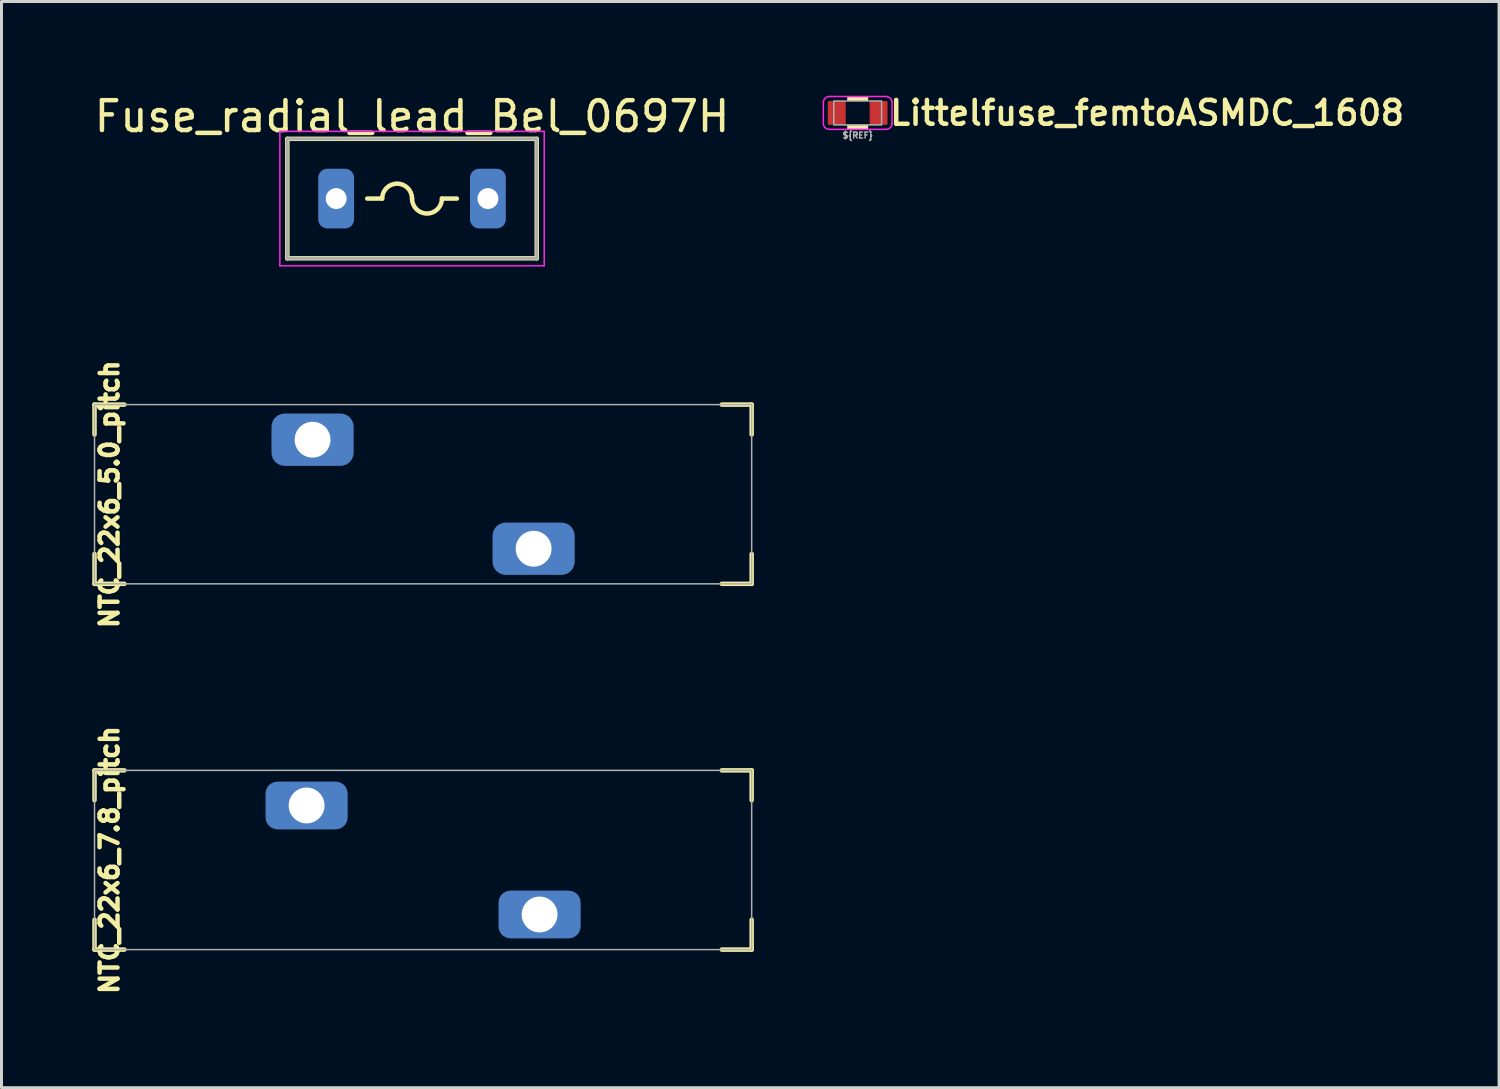
<source format=kicad_pcb>
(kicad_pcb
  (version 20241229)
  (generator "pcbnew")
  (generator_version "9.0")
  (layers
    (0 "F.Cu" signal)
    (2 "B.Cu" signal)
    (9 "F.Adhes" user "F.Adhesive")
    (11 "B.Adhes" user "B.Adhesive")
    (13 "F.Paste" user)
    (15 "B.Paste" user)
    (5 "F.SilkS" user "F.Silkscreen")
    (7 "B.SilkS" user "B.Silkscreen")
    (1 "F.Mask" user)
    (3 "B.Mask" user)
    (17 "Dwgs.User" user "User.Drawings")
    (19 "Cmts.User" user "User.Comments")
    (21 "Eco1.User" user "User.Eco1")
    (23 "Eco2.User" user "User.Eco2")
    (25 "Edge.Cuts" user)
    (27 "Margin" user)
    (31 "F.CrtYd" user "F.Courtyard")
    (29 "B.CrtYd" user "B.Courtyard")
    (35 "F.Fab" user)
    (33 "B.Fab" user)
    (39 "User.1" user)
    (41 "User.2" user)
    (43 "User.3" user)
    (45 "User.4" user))
  (footprint "NTC_22x6_5.0_pitch"
    (layer "F.Cu")
    (at 11.114 13.495)
    (property "Reference" "NTC_22x6_5.0_pitch" (at -10.5 0 90) (layer "F.SilkS") (effects (font (size 0.6 0.6) (thickness 0.15))))
    (attr through_hole)
    (fp_line (start -11 -3) (end -11 -2) (stroke (width 0.15) (type solid)) (layer "F.SilkS"))
    (fp_line (start -11 -3) (end -10 -3) (stroke (width 0.15) (type solid)) (layer "F.SilkS"))
    (fp_line (start -11 3) (end -11 2) (stroke (width 0.15) (type solid)) (layer "F.SilkS"))
    (fp_line (start -11 3) (end -10 3) (stroke (width 0.15) (type solid)) (layer "F.SilkS"))
    (fp_line (start 10 -3) (end 11 -3) (stroke (width 0.15) (type solid)) (layer "F.SilkS"))
    (fp_line (start 11 -3) (end 11 -2) (stroke (width 0.15) (type solid)) (layer "F.SilkS"))
    (fp_line (start 11 2) (end 11 3) (stroke (width 0.15) (type solid)) (layer "F.SilkS"))
    (fp_line (start 11 3) (end 10 3) (stroke (width 0.15) (type solid)) (layer "F.SilkS"))
    (fp_line (start -11 -3) (end 11 -3) (stroke (width 0.05) (type solid)) (layer "F.Fab"))
    (fp_line (start -11 3) (end -11 -3) (stroke (width 0.05) (type solid)) (layer "F.Fab"))
    (fp_line (start 11 -3) (end 11 3) (stroke (width 0.05) (type solid)) (layer "F.Fab"))
    (fp_line (start 11 3) (end -11 3) (stroke (width 0.05) (type solid)) (layer "F.Fab"))
    (pad "1" thru_hole circle (at -3.7 -1.825) (size 1.5 1.5) (drill 1.2) (layers "*.Cu" "*.Mask"))
    (pad "1" connect roundrect (at -3.7 -1.825) (size 2.75 1.75) (layers "B.Cu" "B.Mask") (roundrect_rratio 0.25))
    (pad "2" thru_hole circle (at 3.7 1.825) (size 1.5 1.5) (drill 1.2) (layers "*.Cu" "*.Mask"))
    (pad "3" connect roundrect (at 3.7 1.825) (size 2.75 1.75) (layers "B.Cu" "B.Mask") (roundrect_rratio 0.25)))
  (footprint "NTC_22x6_7.8_pitch"
    (layer "F.Cu")
    (at 11.114 25.74)
    (property "Reference" "NTC_22x6_7.8_pitch" (at -10.5 0 90) (layer "F.SilkS") (effects (font (size 0.6 0.6) (thickness 0.15))))
    (attr through_hole)
    (fp_line (start -11 -3) (end -11 -2) (stroke (width 0.15) (type solid)) (layer "F.SilkS"))
    (fp_line (start -11 -3) (end -10 -3) (stroke (width 0.15) (type solid)) (layer "F.SilkS"))
    (fp_line (start -11 3) (end -11 2) (stroke (width 0.15) (type solid)) (layer "F.SilkS"))
    (fp_line (start -11 3) (end -10 3) (stroke (width 0.15) (type solid)) (layer "F.SilkS"))
    (fp_line (start 10 -3) (end 11 -3) (stroke (width 0.15) (type solid)) (layer "F.SilkS"))
    (fp_line (start 11 -3) (end 11 -2) (stroke (width 0.15) (type solid)) (layer "F.SilkS"))
    (fp_line (start 11 2) (end 11 3) (stroke (width 0.15) (type solid)) (layer "F.SilkS"))
    (fp_line (start 11 3) (end 10 3) (stroke (width 0.15) (type solid)) (layer "F.SilkS"))
    (fp_line (start -11 -3) (end 11 -3) (stroke (width 0.05) (type solid)) (layer "F.Fab"))
    (fp_line (start -11 3) (end -11 -3) (stroke (width 0.05) (type solid)) (layer "F.Fab"))
    (fp_line (start 11 -3) (end 11 3) (stroke (width 0.05) (type solid)) (layer "F.Fab"))
    (fp_line (start 11 3) (end -11 3) (stroke (width 0.05) (type solid)) (layer "F.Fab"))
    (pad "1" thru_hole circle (at -3.9 -1.825) (size 1.5 1.5) (drill 1.2) (layers "*.Cu" "*.Mask"))
    (pad "1" connect roundrect (at -3.9 -1.825) (size 2.75 1.6) (layers "B.Cu" "B.Mask") (roundrect_rratio 0.25))
    (pad "2" thru_hole circle (at 3.9 1.825) (size 1.5 1.5) (drill 1.2) (layers "*.Cu" "*.Mask"))
    (pad "2" connect roundrect (at 3.9 1.825) (size 2.75 1.6) (layers "B.Cu" "B.Mask") (roundrect_rratio 0.25)))
  (footprint "Fuse_radial_lead_Bel_0697H"
    (layer "F.Cu")
    (at 10.744 3.598)
    (property "Reference" "Fuse_radial_lead_Bel_0697H" (at 0 -2.75 0) (layer "F.SilkS") (effects (font (size 1 1) (thickness 0.15))))
    (attr through_hole)
    (fp_line (start -4.175 -2) (end -4.175 2) (stroke (width 0.15) (type solid)) (layer "F.SilkS"))
    (fp_line (start -4.175 2) (end 4.175 2) (stroke (width 0.15) (type solid)) (layer "F.SilkS"))
    (fp_line (start -1 0) (end -1.5 0) (stroke (width 0.15) (type solid)) (layer "F.SilkS"))
    (fp_line (start 1 0) (end 1.5 0) (stroke (width 0.15) (type solid)) (layer "F.SilkS"))
    (fp_line (start 4.175 -2) (end -4.175 -2) (stroke (width 0.15) (type solid)) (layer "F.SilkS"))
    (fp_line (start 4.175 2) (end 4.175 -2) (stroke (width 0.15) (type solid)) (layer "F.SilkS"))
    (fp_arc (start -1 0) (mid -0.5 -0.5) (end 0 0) (stroke (width 0.15) (type solid)) (layer "F.SilkS"))
    (fp_arc (start 1 0) (mid 0.5 0.5) (end 0 0) (stroke (width 0.15) (type solid)) (layer "F.SilkS"))
    (fp_line (start -4.425 -2.25) (end -4.425 2.25) (stroke (width 0.05) (type solid)) (layer "F.CrtYd"))
    (fp_line (start -4.425 2.25) (end 4.425 2.25) (stroke (width 0.05) (type solid)) (layer "F.CrtYd"))
    (fp_line (start 4.425 -2.25) (end -4.425 -2.25) (stroke (width 0.05) (type solid)) (layer "F.CrtYd"))
    (fp_line (start 4.425 2.25) (end 4.425 -2.25) (stroke (width 0.05) (type solid)) (layer "F.CrtYd"))
    (fp_line (start -4.175 -2) (end 4.175 -2) (stroke (width 0.1) (type solid)) (layer "F.Fab"))
    (fp_line (start -4.175 2) (end -4.175 -2) (stroke (width 0.1) (type solid)) (layer "F.Fab"))
    (fp_line (start 4.175 -2) (end 4.175 2) (stroke (width 0.1) (type solid)) (layer "F.Fab"))
    (fp_line (start 4.175 2) (end -4.175 2) (stroke (width 0.1) (type solid)) (layer "F.Fab"))
    (pad "1" thru_hole circle (at -2.54 0) (size 1 1) (drill 0.7) (layers "*.Cu" "*.Mask"))
    (pad "1" connect roundrect (at -2.54 0) (size 1.2 2) (layers "B.Cu" "B.Mask") (roundrect_rratio 0.25))
    (pad "2" thru_hole circle (at 2.54 0) (size 1 1) (drill 0.7) (layers "*.Cu" "*.Mask"))
    (pad "2" connect roundrect (at 2.54 0) (size 1.2 2) (layers "B.Cu" "B.Mask") (roundrect_rratio 0.25)))
  (footprint "Littelfuse_femtoASMDC_1608"
    (layer "F.Cu")
    (at 25.663 0.731)
    (property "Reference" "Littelfuse_femtoASMDC_1608" (at 1 0 0) (unlocked yes) (layer "F.SilkS") (effects (font (size 0.8 0.8) (thickness 0.15)) (justify left)))
    (fp_poly (pts (xy 0.35 -0.4) (xy -0.35 -0.4) (xy -0.35 -0.55) (xy 0.35 -0.55)) (stroke (width 0) (type solid)) (fill yes) (layer "F.SilkS"))
    (fp_poly (pts (xy 0.35 0.55) (xy -0.35 0.55) (xy -0.35 0.4) (xy 0.35 0.4)) (stroke (width 0) (type solid)) (fill yes) (layer "F.SilkS"))
    (fp_line (start -1.15 0.35) (end -1.15 -0.35) (stroke (width 0.05) (type solid)) (layer "F.CrtYd"))
    (fp_line (start -0.95 0.55) (end 0.95 0.55) (stroke (width 0.05) (type solid)) (layer "F.CrtYd"))
    (fp_line (start 0.95 -0.55) (end -0.95 -0.55) (stroke (width 0.05) (type solid)) (layer "F.CrtYd"))
    (fp_line (start 1.15 -0.35) (end 1.15 0.35) (stroke (width 0.05) (type solid)) (layer "F.CrtYd"))
    (fp_arc (start -1.15 -0.35) (mid -1.091421 -0.491421) (end -0.95 -0.55) (stroke (width 0.05) (type solid)) (layer "F.CrtYd"))
    (fp_arc (start -0.95 0.55) (mid -1.091421 0.491421) (end -1.15 0.35) (stroke (width 0.05) (type solid)) (layer "F.CrtYd"))
    (fp_arc (start 0.95 -0.55) (mid 1.091421 -0.491421) (end 1.15 -0.35) (stroke (width 0.05) (type solid)) (layer "F.CrtYd"))
    (fp_arc (start 1.15 0.35) (mid 1.091421 0.491421) (end 0.95 0.55) (stroke (width 0.05) (type solid)) (layer "F.CrtYd"))
    (fp_rect (start -0.8 -0.4) (end 0.8 0.4) (stroke (width 0.05) (type solid)) (fill no) (layer "F.Fab"))
    (fp_text user "${REF}" (at 0 0.75 0) (unlocked yes) (layer "F.Fab") (effects (font (size 0.2 0.2) (thickness 0.05))))
    (pad "1" smd roundrect (at -0.7 0) (size 0.6 0.8) (layers "F.Cu" "F.Mask" "F.Paste") (roundrect_rratio 0.083))
    (pad "2" smd roundrect (at 0.7 0) (size 0.6 0.8) (layers "F.Cu" "F.Mask" "F.Paste") (roundrect_rratio 0.083)))
  (gr_rect
    (start -3 -3)
    (end 47.134 33.362)
    (stroke (width 0.1) (type default))
    (fill no)
    (layer "Edge.Cuts")))
</source>
